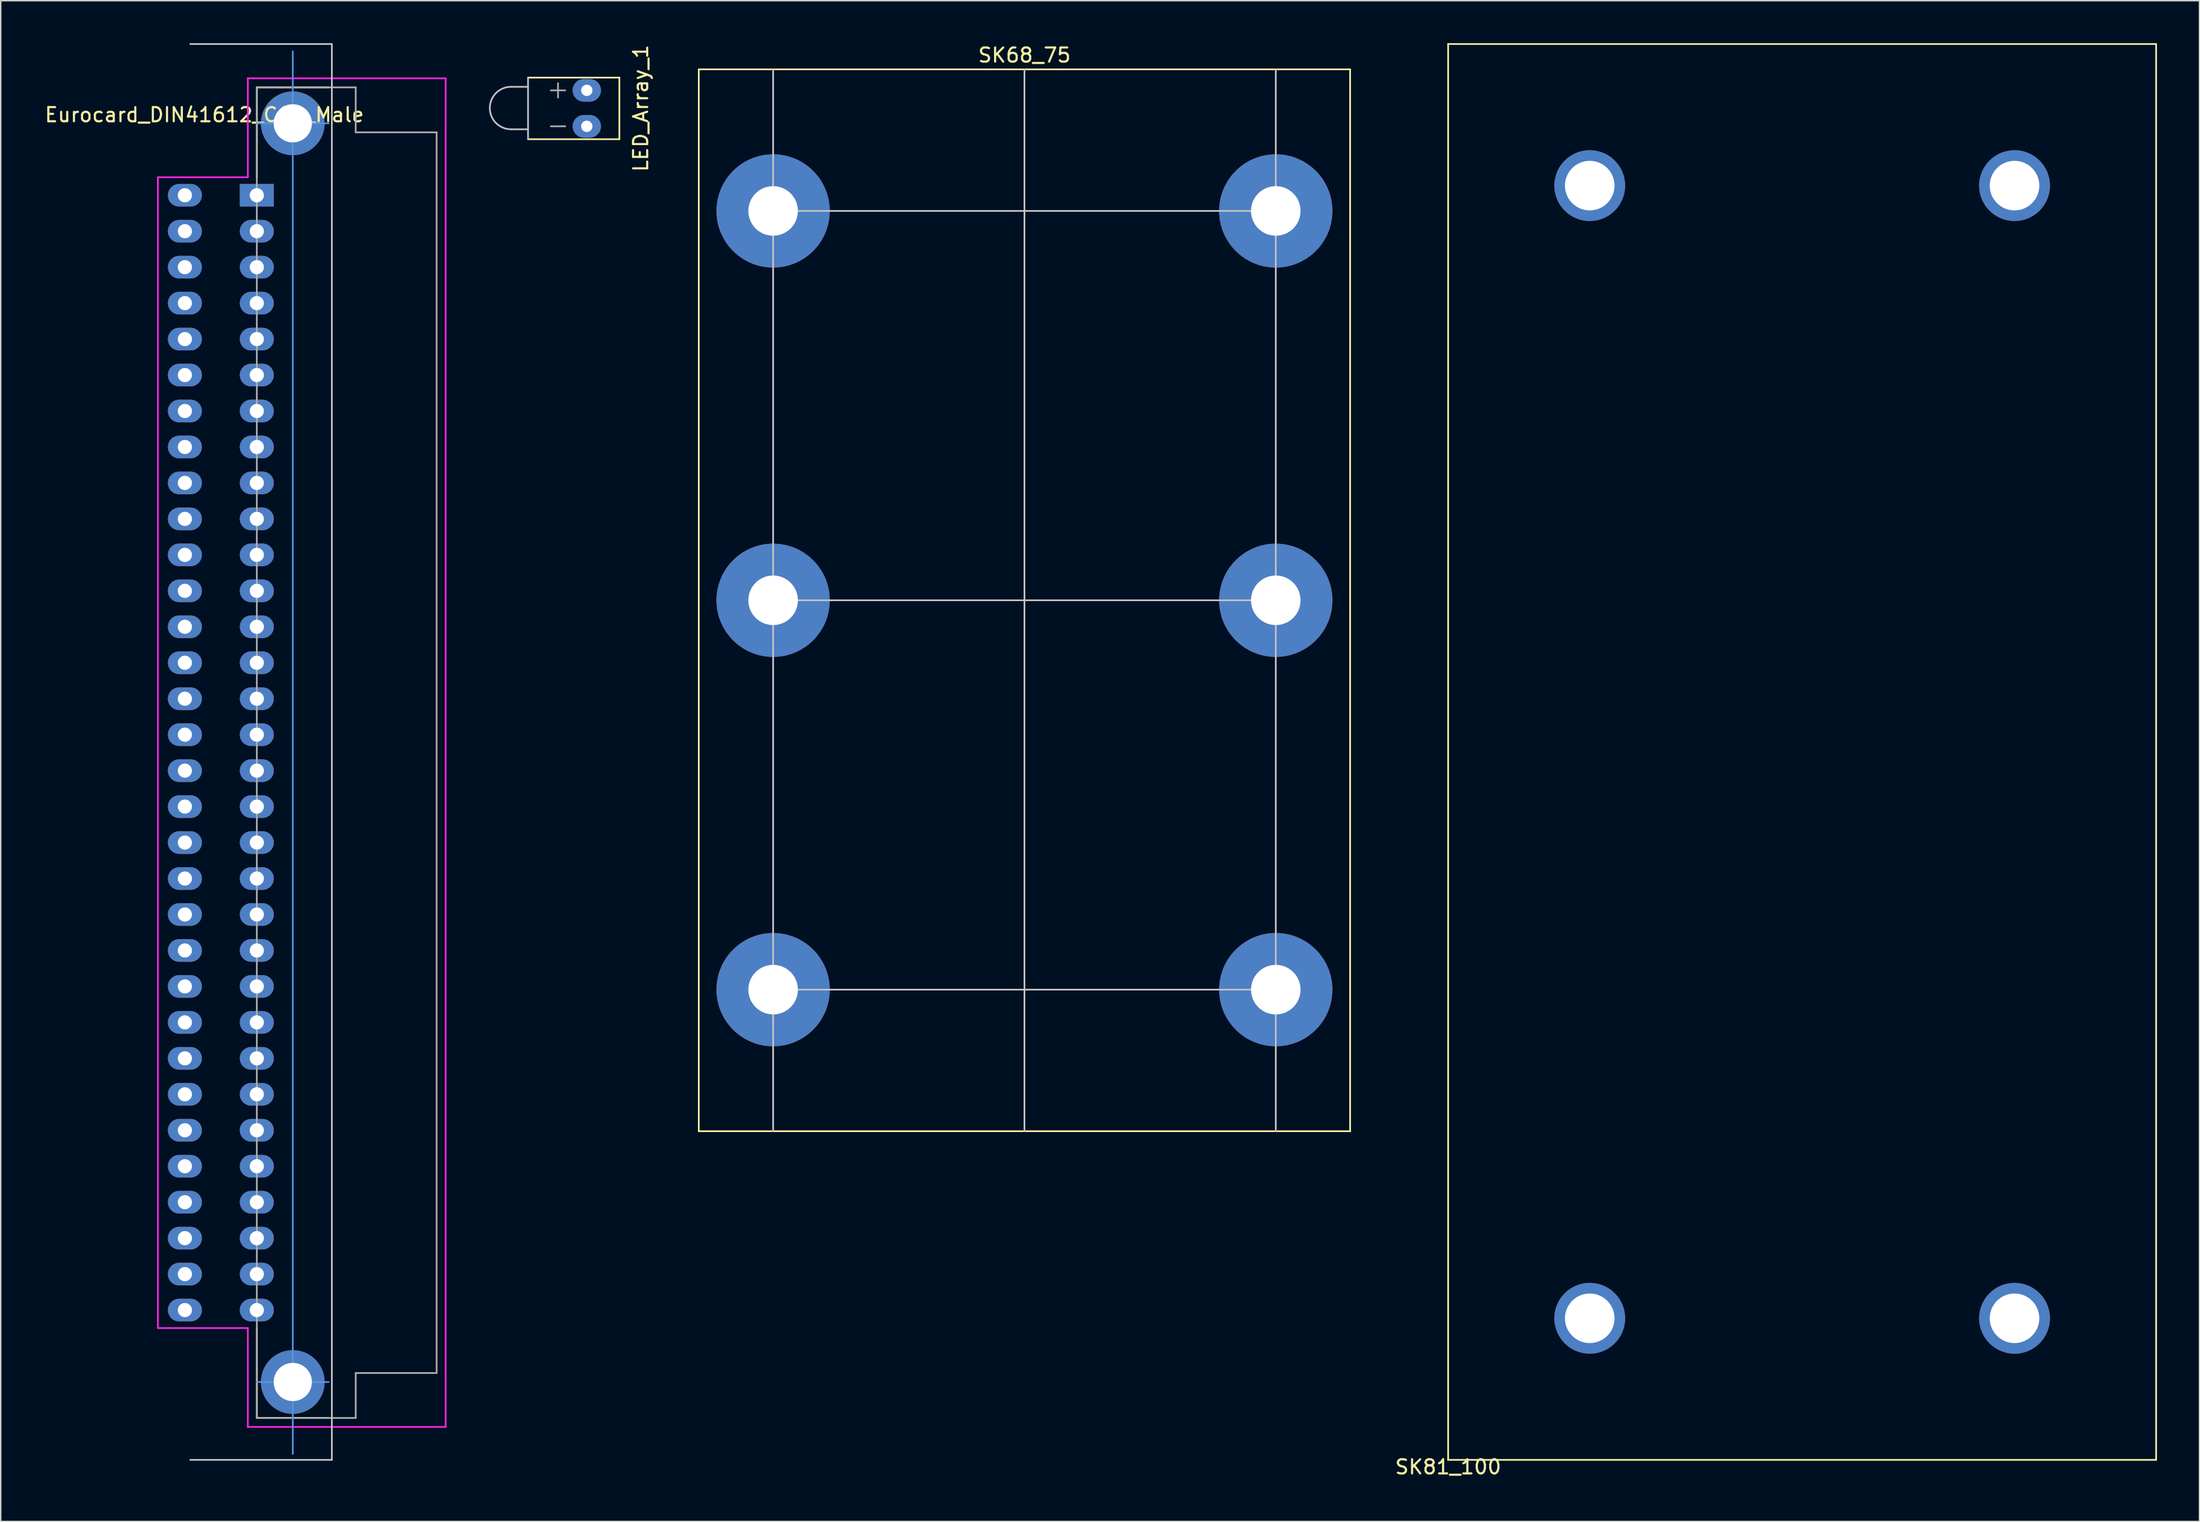
<source format=kicad_pcb>
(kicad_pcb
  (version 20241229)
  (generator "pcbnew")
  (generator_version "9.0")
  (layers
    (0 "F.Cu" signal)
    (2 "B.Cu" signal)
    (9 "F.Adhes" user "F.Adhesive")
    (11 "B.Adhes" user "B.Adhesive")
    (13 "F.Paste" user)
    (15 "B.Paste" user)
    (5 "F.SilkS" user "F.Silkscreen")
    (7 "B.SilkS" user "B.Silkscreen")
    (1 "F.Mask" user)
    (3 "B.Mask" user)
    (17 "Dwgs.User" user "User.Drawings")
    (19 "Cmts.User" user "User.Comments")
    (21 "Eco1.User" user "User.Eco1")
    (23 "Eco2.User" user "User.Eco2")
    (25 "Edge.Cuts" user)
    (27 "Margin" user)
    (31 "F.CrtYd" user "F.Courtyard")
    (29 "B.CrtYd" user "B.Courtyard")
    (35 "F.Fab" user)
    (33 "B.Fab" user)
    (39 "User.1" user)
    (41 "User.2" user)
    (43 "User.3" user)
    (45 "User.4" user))
  (footprint "SK81_100"
    (layer "F.Cu")
    (at 99.223 100.06)
    (property "Reference" "SK81_100" (at 0 0.5 0) (layer "F.SilkS") (effects (font (size 1 1) (thickness 0.15))))
    (attr through_hole)
    (fp_line (start 0 -100) (end 0 0) (stroke (width 0.12) (type solid)) (layer "F.SilkS"))
    (fp_line (start 0 0) (end 50 0) (stroke (width 0.12) (type solid)) (layer "F.SilkS"))
    (fp_line (start 50 -100) (end 0 -100) (stroke (width 0.12) (type solid)) (layer "F.SilkS"))
    (fp_line (start 50 0) (end 50 -100) (stroke (width 0.12) (type solid)) (layer "F.SilkS"))
    (pad "" np_thru_hole circle (at 10 -90) (size 5 5) (drill 3.5) (layers "*.Cu" "*.Mask"))
    (pad "" np_thru_hole circle (at 10 -10) (size 5 5) (drill 3.5) (layers "*.Cu" "*.Mask"))
    (pad "" np_thru_hole circle (at 40 -90) (size 5 5) (drill 3.5) (layers "*.Cu" "*.Mask"))
    (pad "" np_thru_hole circle (at 40 -10) (size 5 5) (drill 3.5) (layers "*.Cu" "*.Mask")))
  (footprint "SK68_75"
    (layer "F.Cu")
    (at 46.3 76.848)
    (property "Reference" "SK68_75" (at 23 -76 0) (layer "F.SilkS") (effects (font (size 1 1) (thickness 0.15))))
    (attr through_hole)
    (fp_line (start 0 -75) (end 0 0) (stroke (width 0.12) (type solid)) (layer "F.SilkS"))
    (fp_line (start 0 0) (end 46 0) (stroke (width 0.12) (type solid)) (layer "F.SilkS"))
    (fp_line (start 46 -75) (end 0 -75) (stroke (width 0.12) (type solid)) (layer "F.SilkS"))
    (fp_line (start 46 0) (end 46 -75) (stroke (width 0.12) (type solid)) (layer "F.SilkS"))
    (fp_line (start 5.25 -65) (end 40.75 -65) (stroke (width 0.12) (type solid)) (layer "Dwgs.User"))
    (fp_line (start 5.25 -37.5) (end 40.75 -37.5) (stroke (width 0.12) (type solid)) (layer "Dwgs.User"))
    (fp_line (start 5.25 -10) (end 40.75 -10) (stroke (width 0.12) (type solid)) (layer "Dwgs.User"))
    (fp_line (start 5.25 0) (end 5.25 -75) (stroke (width 0.12) (type solid)) (layer "Dwgs.User"))
    (fp_line (start 23 -75) (end 23 0) (stroke (width 0.12) (type solid)) (layer "Dwgs.User"))
    (fp_line (start 40.75 0) (end 40.75 -75) (stroke (width 0.12) (type solid)) (layer "Dwgs.User"))
    (pad "" np_thru_hole circle (at 5.25 -65) (size 8 8) (drill 3.5) (layers "*.Cu" "*.Mask"))
    (pad "" np_thru_hole circle (at 5.25 -37.5) (size 8 8) (drill 3.5) (layers "*.Cu" "*.Mask"))
    (pad "" np_thru_hole circle (at 5.25 -10) (size 8 8) (drill 3.5) (layers "*.Cu" "*.Mask"))
    (pad "" np_thru_hole circle (at 40.75 -65) (size 8 8) (drill 3.5) (layers "*.Cu" "*.Mask"))
    (pad "" np_thru_hole circle (at 40.75 -37.5) (size 8 8) (drill 3.5) (layers "*.Cu" "*.Mask"))
    (pad "" np_thru_hole circle (at 40.75 -10) (size 8 8) (drill 3.5) (layers "*.Cu" "*.Mask")))
  (footprint "LED_Array_1"
    (layer "F.Cu")
    (at 38.392 3.331)
    (property "Reference" "LED_Array_1" (at 3.81 1.27 270) (layer "F.SilkS") (effects (font (size 1 1) (thickness 0.15))))
    (attr through_hole)
    (fp_line (start -4.15 3.45) (end 2.3 3.45) (stroke (width 0.12) (type solid)) (layer "F.SilkS"))
    (fp_line (start 2.3 -0.9) (end -4.15 -0.9) (stroke (width 0.12) (type solid)) (layer "F.SilkS"))
    (fp_line (start 2.3 3.45) (end 2.3 -0.9) (stroke (width 0.12) (type solid)) (layer "F.SilkS"))
    (fp_line (start -4.15 -0.9) (end -4.15 3.45) (stroke (width 0.12) (type solid)) (layer "Dwgs.User"))
    (fp_line (start -4.15 -0.25) (end -5.35 -0.25) (stroke (width 0.12) (type solid)) (layer "Dwgs.User"))
    (fp_line (start -4.15 2.75) (end -5.35 2.75) (stroke (width 0.12) (type solid)) (layer "Dwgs.User"))
    (fp_arc (start -5.35 2.75) (mid -6.85 1.25) (end -5.35 -0.25) (stroke (width 0.12) (type solid)) (layer "Dwgs.User"))
    (fp_line (start -2.54 0) (end -1.524 0) (stroke (width 0.12) (type solid)) (layer "F.Fab"))
    (fp_line (start -2.54 2.54) (end -1.524 2.54) (stroke (width 0.12) (type solid)) (layer "F.Fab"))
    (fp_line (start -2.032 -0.508) (end -2.032 0.508) (stroke (width 0.12) (type solid)) (layer "F.Fab"))
    (pad "1" thru_hole oval (at 0 2.54) (size 2 1.6) (drill 0.8) (layers "*.Cu" "*.Mask"))
    (pad "2" thru_hole oval (at 0 0) (size 2 1.6) (drill 0.8) (layers "*.Cu" "*.Mask")))
  (footprint "Eurocard_DIN41612_C64_Male"
    (layer "F.Cu")
    (at 20.387 100.06)
    (property "Reference" "Eurocard_DIN41612_C64_Male" (at -9 -95 180) (layer "F.SilkS") (effects (font (size 1 1) (thickness 0.15))))
    (attr through_hole)
    (fp_line (start -5.3 -96.94) (end -0.22 -96.94) (stroke (width 0.12) (type solid)) (layer "F.SilkS"))
    (fp_line (start -5.3 -90.59) (end -5.3 -96.94) (stroke (width 0.12) (type solid)) (layer "F.SilkS"))
    (fp_line (start -5.3 -9.31) (end -5.3 -2.96) (stroke (width 0.12) (type solid)) (layer "F.SilkS"))
    (fp_line (start -5.3 -2.96) (end -0.22 -2.96) (stroke (width 0.12) (type solid)) (layer "F.SilkS"))
    (fp_line (start -10 0) (end 0 0) (stroke (width 0.12) (type solid)) (layer "Dwgs.User"))
    (fp_line (start 0 -100) (end -10 -100) (stroke (width 0.12) (type solid)) (layer "Dwgs.User"))
    (fp_line (start 0 0) (end 0 -100) (stroke (width 0.12) (type solid)) (layer "Dwgs.User"))
    (fp_line (start -5.3 -5.5) (end -0.22 -5.5) (stroke (width 0.12) (type solid)) (layer "Cmts.User"))
    (fp_line (start -2.76 -0.42) (end -2.76 -99.48) (stroke (width 0.12) (type solid)) (layer "Cmts.User"))
    (fp_line (start -0.22 -94.4) (end -5.3 -94.4) (stroke (width 0.12) (type solid)) (layer "Cmts.User"))
    (fp_line (start -12.285 -90.59) (end -5.935 -90.59) (stroke (width 0.12) (type solid)) (layer "F.CrtYd"))
    (fp_line (start -12.285 -9.31) (end -12.285 -90.59) (stroke (width 0.12) (type solid)) (layer "F.CrtYd"))
    (fp_line (start -5.935 -97.575) (end 8.035 -97.575) (stroke (width 0.12) (type solid)) (layer "F.CrtYd"))
    (fp_line (start -5.935 -90.59) (end -5.935 -97.575) (stroke (width 0.12) (type solid)) (layer "F.CrtYd"))
    (fp_line (start -5.935 -9.31) (end -12.285 -9.31) (stroke (width 0.12) (type solid)) (layer "F.CrtYd"))
    (fp_line (start -5.935 -2.325) (end -5.935 -9.31) (stroke (width 0.12) (type solid)) (layer "F.CrtYd"))
    (fp_line (start 8.035 -97.575) (end 8.035 -2.325) (stroke (width 0.12) (type solid)) (layer "F.CrtYd"))
    (fp_line (start 8.035 -2.325) (end -5.935 -2.325) (stroke (width 0.12) (type solid)) (layer "F.CrtYd"))
    (fp_line (start -5.3 -96.94) (end -5.3 -2.96) (stroke (width 0.12) (type solid)) (layer "F.Fab"))
    (fp_line (start -5.3 -96.94) (end 1.685 -96.94) (stroke (width 0.12) (type solid)) (layer "F.Fab"))
    (fp_line (start -5.3 -2.96) (end 1.685 -2.96) (stroke (width 0.12) (type solid)) (layer "F.Fab"))
    (fp_line (start 1.685 -96.94) (end 1.685 -93.765) (stroke (width 0.12) (type solid)) (layer "F.Fab"))
    (fp_line (start 1.685 -93.765) (end 7.4 -93.765) (stroke (width 0.12) (type solid)) (layer "F.Fab"))
    (fp_line (start 1.685 -2.96) (end 1.685 -6.135) (stroke (width 0.12) (type solid)) (layer "F.Fab"))
    (fp_line (start 7.4 -93.765) (end 7.4 -6.135) (stroke (width 0.12) (type solid)) (layer "F.Fab"))
    (fp_line (start 7.4 -6.135) (end 1.685 -6.135) (stroke (width 0.12) (type solid)) (layer "F.Fab"))
    (pad "" np_thru_hole circle (at -2.76 -94.4) (size 4.5 4.5) (drill 2.7) (layers "*.Cu" "*.Mask"))
    (pad "" np_thru_hole circle (at -2.76 -5.5) (size 4.5 4.5) (drill 2.7) (layers "*.Cu" "*.Mask"))
    (pad "1A" thru_hole rect (at -5.3 -89.32) (size 2.4 1.6) (drill 1) (layers "*.Cu" "*.Mask"))
    (pad "1C" thru_hole oval (at -10.38 -89.32) (size 2.4 1.6) (drill 1) (layers "*.Cu" "*.Mask"))
    (pad "2A" thru_hole oval (at -5.3 -86.78) (size 2.4 1.6) (drill 1) (layers "*.Cu" "*.Mask"))
    (pad "2C" thru_hole oval (at -10.38 -86.78) (size 2.4 1.6) (drill 1) (layers "*.Cu" "*.Mask"))
    (pad "3A" thru_hole oval (at -5.3 -84.24) (size 2.4 1.6) (drill 1) (layers "*.Cu" "*.Mask"))
    (pad "3C" thru_hole oval (at -10.38 -84.24) (size 2.4 1.6) (drill 1) (layers "*.Cu" "*.Mask"))
    (pad "4A" thru_hole oval (at -5.3 -81.7) (size 2.4 1.6) (drill 1) (layers "*.Cu" "*.Mask"))
    (pad "4C" thru_hole oval (at -10.38 -81.7) (size 2.4 1.6) (drill 1) (layers "*.Cu" "*.Mask"))
    (pad "5A" thru_hole oval (at -5.3 -79.16) (size 2.4 1.6) (drill 1) (layers "*.Cu" "*.Mask"))
    (pad "5C" thru_hole oval (at -10.38 -79.16) (size 2.4 1.6) (drill 1) (layers "*.Cu" "*.Mask"))
    (pad "6A" thru_hole oval (at -5.3 -76.62) (size 2.4 1.6) (drill 1) (layers "*.Cu" "*.Mask"))
    (pad "6C" thru_hole oval (at -10.38 -76.62) (size 2.4 1.6) (drill 1) (layers "*.Cu" "*.Mask"))
    (pad "7A" thru_hole oval (at -5.3 -74.08) (size 2.4 1.6) (drill 1) (layers "*.Cu" "*.Mask"))
    (pad "7C" thru_hole oval (at -10.38 -74.08) (size 2.4 1.6) (drill 1) (layers "*.Cu" "*.Mask"))
    (pad "8A" thru_hole oval (at -5.3 -71.54) (size 2.4 1.6) (drill 1) (layers "*.Cu" "*.Mask"))
    (pad "8C" thru_hole oval (at -10.38 -71.54) (size 2.4 1.6) (drill 1) (layers "*.Cu" "*.Mask"))
    (pad "9A" thru_hole oval (at -5.3 -69) (size 2.4 1.6) (drill 1) (layers "*.Cu" "*.Mask"))
    (pad "9C" thru_hole oval (at -10.38 -69) (size 2.4 1.6) (drill 1) (layers "*.Cu" "*.Mask"))
    (pad "10A" thru_hole oval (at -5.3 -66.46) (size 2.4 1.6) (drill 1) (layers "*.Cu" "*.Mask"))
    (pad "10C" thru_hole oval (at -10.38 -66.46) (size 2.4 1.6) (drill 1) (layers "*.Cu" "*.Mask"))
    (pad "11A" thru_hole oval (at -5.3 -63.92) (size 2.4 1.6) (drill 1) (layers "*.Cu" "*.Mask"))
    (pad "11C" thru_hole oval (at -10.38 -63.92) (size 2.4 1.6) (drill 1) (layers "*.Cu" "*.Mask"))
    (pad "12A" thru_hole oval (at -5.3 -61.38) (size 2.4 1.6) (drill 1) (layers "*.Cu" "*.Mask"))
    (pad "12C" thru_hole oval (at -10.38 -61.38) (size 2.4 1.6) (drill 1) (layers "*.Cu" "*.Mask"))
    (pad "13A" thru_hole oval (at -5.3 -58.84) (size 2.4 1.6) (drill 1) (layers "*.Cu" "*.Mask"))
    (pad "13C" thru_hole oval (at -10.38 -58.84) (size 2.4 1.6) (drill 1) (layers "*.Cu" "*.Mask"))
    (pad "14A" thru_hole oval (at -5.3 -56.3) (size 2.4 1.6) (drill 1) (layers "*.Cu" "*.Mask"))
    (pad "14C" thru_hole oval (at -10.38 -56.3) (size 2.4 1.6) (drill 1) (layers "*.Cu" "*.Mask"))
    (pad "15A" thru_hole oval (at -5.3 -53.76) (size 2.4 1.6) (drill 1) (layers "*.Cu" "*.Mask"))
    (pad "15C" thru_hole oval (at -10.38 -53.76) (size 2.4 1.6) (drill 1) (layers "*.Cu" "*.Mask"))
    (pad "16A" thru_hole oval (at -5.3 -51.22) (size 2.4 1.6) (drill 1) (layers "*.Cu" "*.Mask"))
    (pad "16C" thru_hole oval (at -10.38 -51.22) (size 2.4 1.6) (drill 1) (layers "*.Cu" "*.Mask"))
    (pad "17A" thru_hole oval (at -5.3 -48.68) (size 2.4 1.6) (drill 1) (layers "*.Cu" "*.Mask"))
    (pad "17C" thru_hole oval (at -10.38 -48.68) (size 2.4 1.6) (drill 1) (layers "*.Cu" "*.Mask"))
    (pad "18A" thru_hole oval (at -5.3 -46.14) (size 2.4 1.6) (drill 1) (layers "*.Cu" "*.Mask"))
    (pad "18C" thru_hole oval (at -10.38 -46.14) (size 2.4 1.6) (drill 1) (layers "*.Cu" "*.Mask"))
    (pad "19A" thru_hole oval (at -5.3 -43.6) (size 2.4 1.6) (drill 1) (layers "*.Cu" "*.Mask"))
    (pad "19C" thru_hole oval (at -10.38 -43.6) (size 2.4 1.6) (drill 1) (layers "*.Cu" "*.Mask"))
    (pad "20A" thru_hole oval (at -5.3 -41.06) (size 2.4 1.6) (drill 1) (layers "*.Cu" "*.Mask"))
    (pad "20C" thru_hole oval (at -10.38 -41.06) (size 2.4 1.6) (drill 1) (layers "*.Cu" "*.Mask"))
    (pad "21A" thru_hole oval (at -5.3 -38.52) (size 2.4 1.6) (drill 1) (layers "*.Cu" "*.Mask"))
    (pad "21C" thru_hole oval (at -10.38 -38.52) (size 2.4 1.6) (drill 1) (layers "*.Cu" "*.Mask"))
    (pad "22A" thru_hole oval (at -5.3 -35.98) (size 2.4 1.6) (drill 1) (layers "*.Cu" "*.Mask"))
    (pad "22C" thru_hole oval (at -10.38 -35.98) (size 2.4 1.6) (drill 1) (layers "*.Cu" "*.Mask"))
    (pad "23A" thru_hole oval (at -5.3 -33.44) (size 2.4 1.6) (drill 1) (layers "*.Cu" "*.Mask"))
    (pad "23C" thru_hole oval (at -10.38 -33.44) (size 2.4 1.6) (drill 1) (layers "*.Cu" "*.Mask"))
    (pad "24A" thru_hole oval (at -5.3 -30.9) (size 2.4 1.6) (drill 1) (layers "*.Cu" "*.Mask"))
    (pad "24C" thru_hole oval (at -10.38 -30.9) (size 2.4 1.6) (drill 1) (layers "*.Cu" "*.Mask"))
    (pad "25A" thru_hole oval (at -5.3 -28.36) (size 2.4 1.6) (drill 1) (layers "*.Cu" "*.Mask"))
    (pad "25C" thru_hole oval (at -10.38 -28.36) (size 2.4 1.6) (drill 1) (layers "*.Cu" "*.Mask"))
    (pad "26A" thru_hole oval (at -5.3 -25.82) (size 2.4 1.6) (drill 1) (layers "*.Cu" "*.Mask"))
    (pad "26C" thru_hole oval (at -10.38 -25.82) (size 2.4 1.6) (drill 1) (layers "*.Cu" "*.Mask"))
    (pad "27A" thru_hole oval (at -5.3 -23.28) (size 2.4 1.6) (drill 1) (layers "*.Cu" "*.Mask"))
    (pad "27C" thru_hole oval (at -10.38 -23.28) (size 2.4 1.6) (drill 1) (layers "*.Cu" "*.Mask"))
    (pad "28A" thru_hole oval (at -5.3 -20.74) (size 2.4 1.6) (drill 1) (layers "*.Cu" "*.Mask"))
    (pad "28C" thru_hole oval (at -10.38 -20.74) (size 2.4 1.6) (drill 1) (layers "*.Cu" "*.Mask"))
    (pad "29A" thru_hole oval (at -5.3 -18.2) (size 2.4 1.6) (drill 1) (layers "*.Cu" "*.Mask"))
    (pad "29C" thru_hole oval (at -10.38 -18.2) (size 2.4 1.6) (drill 1) (layers "*.Cu" "*.Mask"))
    (pad "30A" thru_hole oval (at -5.3 -15.66) (size 2.4 1.6) (drill 1) (layers "*.Cu" "*.Mask"))
    (pad "30C" thru_hole oval (at -10.38 -15.66) (size 2.4 1.6) (drill 1) (layers "*.Cu" "*.Mask"))
    (pad "31A" thru_hole oval (at -5.3 -13.12) (size 2.4 1.6) (drill 1) (layers "*.Cu" "*.Mask"))
    (pad "31C" thru_hole oval (at -10.38 -13.12) (size 2.4 1.6) (drill 1) (layers "*.Cu" "*.Mask"))
    (pad "32A" thru_hole oval (at -5.3 -10.58) (size 2.4 1.6) (drill 1) (layers "*.Cu" "*.Mask"))
    (pad "32C" thru_hole oval (at -10.38 -10.58) (size 2.4 1.6) (drill 1) (layers "*.Cu" "*.Mask")))
  (gr_rect
    (start -3 -3)
    (end 152.283 104.408)
    (stroke (width 0.1) (type default))
    (fill no)
    (layer "Edge.Cuts")))
</source>
